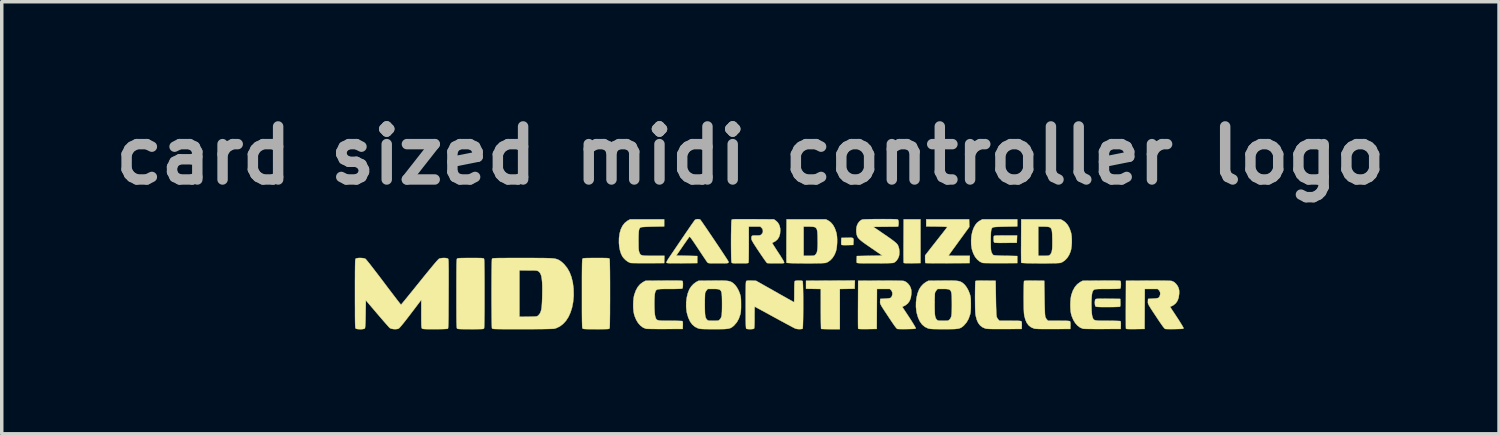
<source format=kicad_pcb>
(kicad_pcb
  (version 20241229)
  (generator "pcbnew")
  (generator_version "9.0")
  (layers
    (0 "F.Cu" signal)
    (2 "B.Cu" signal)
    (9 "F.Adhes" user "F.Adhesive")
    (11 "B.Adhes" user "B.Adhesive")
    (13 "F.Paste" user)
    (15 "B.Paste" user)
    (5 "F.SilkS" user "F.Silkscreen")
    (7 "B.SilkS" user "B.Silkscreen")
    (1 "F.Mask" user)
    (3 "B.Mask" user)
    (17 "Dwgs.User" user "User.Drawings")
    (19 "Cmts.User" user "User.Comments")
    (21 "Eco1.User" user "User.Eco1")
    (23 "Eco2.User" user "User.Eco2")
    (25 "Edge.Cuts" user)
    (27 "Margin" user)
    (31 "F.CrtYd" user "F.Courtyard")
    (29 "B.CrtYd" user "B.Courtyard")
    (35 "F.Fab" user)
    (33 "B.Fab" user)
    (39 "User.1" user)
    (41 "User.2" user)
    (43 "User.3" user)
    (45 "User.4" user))
  (footprint "card sized midi controller logo"
    (layer "F.Cu")
    (at 19.013 5.418)
    (property "Reference" "card sized midi controller logo" (at -0.5 -4 0) (layer "F.Fab") (effects (font (size 1.524 1.524) (thickness 0.3))))
    (attr through_hole)
    (fp_poly (pts (xy 2.405 -1.636) (xy 2.438 -1.63) (xy 2.456 -1.615) (xy 2.463 -1.59) (xy 2.464 -1.552) (xy 2.461 -1.504) (xy 2.457 -1.429) (xy 2.289 -1.425) (xy 2.218 -1.424) (xy 2.168 -1.425) (xy 2.136 -1.428) (xy 2.119 -1.433) (xy 2.114 -1.439) (xy 2.111 -1.46) (xy 2.11 -1.498) (xy 2.111 -1.544) (xy 2.115 -1.632) (xy 2.282 -1.635) (xy 2.355 -1.637) (xy 2.405 -1.636)) (stroke (width 0.01) (type solid)) (fill yes) (layer "F.SilkS"))
    (fp_poly (pts (xy 4.388 -0.908) (xy 4.149 -0.905) (xy 4.061 -0.904) (xy 3.996 -0.904) (xy 3.95 -0.906) (xy 3.922 -0.909) (xy 3.907 -0.914) (xy 3.905 -0.917) (xy 3.904 -0.933) (xy 3.903 -0.971) (xy 3.902 -1.03) (xy 3.901 -1.107) (xy 3.901 -1.199) (xy 3.901 -1.303) (xy 3.901 -1.418) (xy 3.902 -1.541) (xy 3.902 -1.549) (xy 3.905 -2.165) (xy 4.388 -2.165) (xy 4.388 -0.908)) (stroke (width 0.01) (type solid)) (fill yes) (layer "F.SilkS"))
    (fp_poly (pts (xy 2.496 -0.171) (xy 2.07 -0.164) (xy 2.07 0.991) (xy 1.806 0.991) (xy 1.726 0.99) (xy 1.655 0.989) (xy 1.597 0.987) (xy 1.555 0.985) (xy 1.534 0.983) (xy 1.532 0.982) (xy 1.531 0.968) (xy 1.529 0.931) (xy 1.528 0.874) (xy 1.526 0.799) (xy 1.525 0.71) (xy 1.525 0.607) (xy 1.524 0.495) (xy 1.524 0.405) (xy 1.524 -0.164) (xy 1.099 -0.171) (xy 1.099 -0.4) (xy 2.503 -0.407) (xy 2.496 -0.171)) (stroke (width 0.01) (type solid)) (fill yes) (layer "F.SilkS"))
    (fp_poly (pts (xy 7.16 -1.597) (xy 7.156 -1.492) (xy 6.839 -1.489) (xy 6.732 -1.488) (xy 6.649 -1.488) (xy 6.587 -1.49) (xy 6.544 -1.492) (xy 6.517 -1.496) (xy 6.505 -1.501) (xy 6.497 -1.521) (xy 6.492 -1.558) (xy 6.49 -1.602) (xy 6.491 -1.645) (xy 6.496 -1.678) (xy 6.497 -1.682) (xy 6.502 -1.688) (xy 6.514 -1.693) (xy 6.534 -1.696) (xy 6.567 -1.699) (xy 6.615 -1.7) (xy 6.681 -1.701) (xy 6.767 -1.702) (xy 6.834 -1.702) (xy 7.164 -1.702) (xy 7.16 -1.597)) (stroke (width 0.01) (type solid)) (fill yes) (layer "F.SilkS"))
    (fp_poly (pts (xy 9.658 0.116) (xy 9.758 0.117) (xy 9.779 0.117) (xy 10.128 0.121) (xy 10.132 0.228) (xy 10.133 0.287) (xy 10.129 0.324) (xy 10.122 0.343) (xy 10.119 0.345) (xy 10.103 0.348) (xy 10.064 0.35) (xy 10.007 0.352) (xy 9.936 0.354) (xy 9.853 0.355) (xy 9.77 0.355) (xy 9.668 0.355) (xy 9.588 0.355) (xy 9.527 0.353) (xy 9.483 0.351) (xy 9.453 0.348) (xy 9.433 0.344) (xy 9.422 0.339) (xy 9.418 0.336) (xy 9.406 0.311) (xy 9.4 0.27) (xy 9.398 0.222) (xy 9.401 0.177) (xy 9.41 0.143) (xy 9.414 0.136) (xy 9.421 0.129) (xy 9.432 0.124) (xy 9.45 0.121) (xy 9.48 0.118) (xy 9.522 0.117) (xy 9.581 0.116) (xy 9.658 0.116)) (stroke (width 0.01) (type solid)) (fill yes) (layer "F.SilkS"))
    (fp_poly (pts (xy 5.788 -2.057) (xy 5.792 -1.949) (xy 5.493 -1.539) (xy 5.428 -1.449) (xy 5.368 -1.366) (xy 5.314 -1.292) (xy 5.268 -1.228) (xy 5.232 -1.178) (xy 5.207 -1.143) (xy 5.195 -1.125) (xy 5.194 -1.123) (xy 5.206 -1.122) (xy 5.24 -1.12) (xy 5.293 -1.119) (xy 5.361 -1.118) (xy 5.44 -1.118) (xy 5.5 -1.118) (xy 5.805 -1.118) (xy 5.801 -1.013) (xy 5.798 -0.908) (xy 5.168 -0.905) (xy 5.044 -0.904) (xy 4.928 -0.904) (xy 4.821 -0.904) (xy 4.728 -0.905) (xy 4.65 -0.906) (xy 4.589 -0.907) (xy 4.548 -0.908) (xy 4.53 -0.91) (xy 4.53 -0.91) (xy 4.526 -0.926) (xy 4.523 -0.961) (xy 4.521 -1.008) (xy 4.521 -1.023) (xy 4.521 -1.128) (xy 4.653 -1.298) (xy 4.702 -1.361) (xy 4.762 -1.437) (xy 4.829 -1.522) (xy 4.896 -1.608) (xy 4.96 -1.689) (xy 4.97 -1.702) (xy 5.023 -1.768) (xy 5.069 -1.828) (xy 5.108 -1.879) (xy 5.137 -1.917) (xy 5.153 -1.941) (xy 5.156 -1.946) (xy 5.144 -1.949) (xy 5.11 -1.951) (xy 5.058 -1.954) (xy 4.99 -1.956) (xy 4.911 -1.958) (xy 4.855 -1.959) (xy 4.553 -1.962) (xy 4.553 -2.165) (xy 5.785 -2.165) (xy 5.788 -2.057)) (stroke (width 0.01) (type solid)) (fill yes) (layer "F.SilkS"))
    (fp_poly (pts (xy 6.262 -0.403) (xy 6.547 -0.4) (xy 6.555 0.095) (xy 6.557 0.237) (xy 6.56 0.36) (xy 6.564 0.462) (xy 6.567 0.542) (xy 6.572 0.599) (xy 6.576 0.632) (xy 6.577 0.637) (xy 6.597 0.678) (xy 6.624 0.715) (xy 6.625 0.716) (xy 6.658 0.749) (xy 6.966 0.749) (xy 7.066 0.75) (xy 7.144 0.75) (xy 7.201 0.752) (xy 7.242 0.755) (xy 7.269 0.758) (xy 7.284 0.763) (xy 7.289 0.767) (xy 7.297 0.791) (xy 7.3 0.836) (xy 7.3 0.885) (xy 7.296 0.984) (xy 6.801 0.987) (xy 6.665 0.987) (xy 6.553 0.987) (xy 6.462 0.986) (xy 6.39 0.985) (xy 6.334 0.982) (xy 6.294 0.979) (xy 6.266 0.976) (xy 6.253 0.972) (xy 6.169 0.936) (xy 6.101 0.883) (xy 6.047 0.812) (xy 6.006 0.721) (xy 5.976 0.608) (xy 5.975 0.602) (xy 5.969 0.566) (xy 5.965 0.521) (xy 5.962 0.462) (xy 5.959 0.389) (xy 5.958 0.297) (xy 5.957 0.186) (xy 5.956 0.066) (xy 5.957 -0.038) (xy 5.958 -0.134) (xy 5.959 -0.219) (xy 5.961 -0.291) (xy 5.963 -0.345) (xy 5.965 -0.379) (xy 5.967 -0.391) (xy 5.976 -0.396) (xy 5.998 -0.4) (xy 6.035 -0.403) (xy 6.09 -0.404) (xy 6.165 -0.404) (xy 6.262 -0.403)) (stroke (width 0.01) (type solid)) (fill yes) (layer "F.SilkS"))
    (fp_poly (pts (xy 7.659 -0.403) (xy 7.944 -0.4) (xy 7.952 0.095) (xy 7.954 0.237) (xy 7.957 0.36) (xy 7.961 0.462) (xy 7.964 0.542) (xy 7.969 0.599) (xy 7.973 0.632) (xy 7.974 0.637) (xy 7.994 0.678) (xy 8.021 0.715) (xy 8.022 0.716) (xy 8.055 0.749) (xy 8.363 0.749) (xy 8.463 0.75) (xy 8.541 0.75) (xy 8.598 0.752) (xy 8.639 0.755) (xy 8.666 0.758) (xy 8.681 0.763) (xy 8.686 0.767) (xy 8.694 0.791) (xy 8.697 0.836) (xy 8.697 0.885) (xy 8.693 0.984) (xy 8.198 0.987) (xy 8.062 0.987) (xy 7.95 0.987) (xy 7.859 0.986) (xy 7.787 0.985) (xy 7.731 0.982) (xy 7.691 0.979) (xy 7.663 0.976) (xy 7.65 0.972) (xy 7.566 0.936) (xy 7.498 0.883) (xy 7.444 0.812) (xy 7.403 0.721) (xy 7.373 0.608) (xy 7.372 0.602) (xy 7.366 0.566) (xy 7.362 0.521) (xy 7.359 0.462) (xy 7.356 0.389) (xy 7.355 0.297) (xy 7.354 0.186) (xy 7.353 0.066) (xy 7.354 -0.038) (xy 7.355 -0.134) (xy 7.356 -0.219) (xy 7.358 -0.291) (xy 7.36 -0.345) (xy 7.362 -0.379) (xy 7.364 -0.391) (xy 7.373 -0.396) (xy 7.395 -0.4) (xy 7.432 -0.403) (xy 7.487 -0.404) (xy 7.562 -0.404) (xy 7.659 -0.403)) (stroke (width 0.01) (type solid)) (fill yes) (layer "F.SilkS"))
    (fp_poly (pts (xy 7.169 -1.962) (xy 6.833 -1.956) (xy 6.713 -1.953) (xy 6.617 -1.95) (xy 6.546 -1.946) (xy 6.497 -1.941) (xy 6.472 -1.935) (xy 6.469 -1.934) (xy 6.45 -1.92) (xy 6.436 -1.902) (xy 6.425 -1.875) (xy 6.417 -1.837) (xy 6.412 -1.785) (xy 6.409 -1.716) (xy 6.407 -1.627) (xy 6.407 -1.556) (xy 6.407 -1.461) (xy 6.408 -1.388) (xy 6.41 -1.332) (xy 6.413 -1.291) (xy 6.418 -1.259) (xy 6.424 -1.234) (xy 6.43 -1.216) (xy 6.449 -1.177) (xy 6.471 -1.148) (xy 6.481 -1.14) (xy 6.502 -1.134) (xy 6.543 -1.129) (xy 6.606 -1.125) (xy 6.692 -1.121) (xy 6.801 -1.118) (xy 6.839 -1.118) (xy 7.169 -1.111) (xy 7.169 -0.908) (xy 6.687 -0.906) (xy 6.577 -0.906) (xy 6.475 -0.906) (xy 6.382 -0.907) (xy 6.303 -0.908) (xy 6.24 -0.909) (xy 6.195 -0.911) (xy 6.173 -0.913) (xy 6.172 -0.913) (xy 6.091 -0.951) (xy 6.019 -1.011) (xy 5.956 -1.09) (xy 5.905 -1.187) (xy 5.868 -1.298) (xy 5.861 -1.328) (xy 5.845 -1.443) (xy 5.843 -1.566) (xy 5.853 -1.689) (xy 5.876 -1.805) (xy 5.911 -1.906) (xy 5.919 -1.924) (xy 5.964 -2.005) (xy 6.013 -2.066) (xy 6.073 -2.113) (xy 6.098 -2.128) (xy 6.166 -2.165) (xy 7.169 -2.165) (xy 7.169 -1.962)) (stroke (width 0.01) (type solid)) (fill yes) (layer "F.SilkS"))
    (fp_poly (pts (xy -2.978 -1.962) (xy -3.302 -1.956) (xy -3.421 -1.953) (xy -3.514 -1.949) (xy -3.584 -1.945) (xy -3.63 -1.94) (xy -3.652 -1.934) (xy -3.653 -1.934) (xy -3.672 -1.92) (xy -3.686 -1.902) (xy -3.697 -1.875) (xy -3.705 -1.837) (xy -3.71 -1.785) (xy -3.713 -1.716) (xy -3.715 -1.627) (xy -3.715 -1.556) (xy -3.714 -1.461) (xy -3.714 -1.388) (xy -3.712 -1.332) (xy -3.709 -1.291) (xy -3.704 -1.259) (xy -3.698 -1.234) (xy -3.691 -1.216) (xy -3.68 -1.187) (xy -3.667 -1.165) (xy -3.65 -1.148) (xy -3.627 -1.136) (xy -3.593 -1.127) (xy -3.547 -1.122) (xy -3.484 -1.119) (xy -3.403 -1.118) (xy -3.299 -1.118) (xy -3.283 -1.118) (xy -2.971 -1.118) (xy -2.974 -1.013) (xy -2.978 -0.908) (xy -3.448 -0.906) (xy -3.556 -0.906) (xy -3.657 -0.906) (xy -3.748 -0.907) (xy -3.826 -0.908) (xy -3.887 -0.909) (xy -3.93 -0.911) (xy -3.95 -0.913) (xy -3.95 -0.913) (xy -4.019 -0.946) (xy -4.088 -0.997) (xy -4.15 -1.061) (xy -4.182 -1.107) (xy -4.219 -1.184) (xy -4.248 -1.278) (xy -4.268 -1.386) (xy -4.277 -1.487) (xy -4.275 -1.63) (xy -4.257 -1.761) (xy -4.224 -1.877) (xy -4.176 -1.976) (xy -4.115 -2.057) (xy -4.04 -2.118) (xy -4.025 -2.127) (xy -3.956 -2.165) (xy -2.978 -2.165) (xy -2.978 -1.962)) (stroke (width 0.01) (type solid)) (fill yes) (layer "F.SilkS"))
    (fp_poly (pts (xy 1.731 -2.134) (xy 1.807 -2.081) (xy 1.872 -2.007) (xy 1.925 -1.912) (xy 1.965 -1.799) (xy 1.976 -1.756) (xy 1.988 -1.679) (xy 1.993 -1.588) (xy 1.992 -1.49) (xy 1.985 -1.394) (xy 1.973 -1.307) (xy 1.957 -1.243) (xy 1.915 -1.142) (xy 1.86 -1.056) (xy 1.793 -0.986) (xy 1.719 -0.936) (xy 1.664 -0.914) (xy 1.639 -0.911) (xy 1.593 -0.908) (xy 1.53 -0.905) (xy 1.453 -0.904) (xy 1.364 -0.902) (xy 1.267 -0.901) (xy 1.164 -0.901) (xy 1.061 -0.901) (xy 0.958 -0.902) (xy 0.86 -0.903) (xy 0.769 -0.904) (xy 0.689 -0.906) (xy 0.623 -0.909) (xy 0.574 -0.912) (xy 0.546 -0.915) (xy 0.539 -0.918) (xy 0.538 -0.933) (xy 0.537 -0.971) (xy 0.536 -1.03) (xy 0.536 -1.107) (xy 0.536 -1.199) (xy 0.536 -1.303) (xy 0.536 -1.418) (xy 0.536 -1.541) (xy 0.536 -1.549) (xy 0.539 -1.956) (xy 1.029 -1.956) (xy 1.029 -1.118) (xy 1.182 -1.118) (xy 1.247 -1.118) (xy 1.291 -1.119) (xy 1.321 -1.122) (xy 1.341 -1.129) (xy 1.356 -1.139) (xy 1.371 -1.153) (xy 1.392 -1.179) (xy 1.408 -1.211) (xy 1.419 -1.252) (xy 1.427 -1.307) (xy 1.432 -1.378) (xy 1.434 -1.467) (xy 1.433 -1.578) (xy 1.433 -1.591) (xy 1.431 -1.697) (xy 1.427 -1.78) (xy 1.419 -1.843) (xy 1.405 -1.889) (xy 1.384 -1.92) (xy 1.354 -1.94) (xy 1.311 -1.95) (xy 1.256 -1.955) (xy 1.184 -1.956) (xy 1.174 -1.956) (xy 1.029 -1.956) (xy 0.539 -1.956) (xy 0.54 -2.165) (xy 1.67 -2.165) (xy 1.731 -2.134)) (stroke (width 0.01) (type solid)) (fill yes) (layer "F.SilkS"))
    (fp_poly (pts (xy 8.475 -2.134) (xy 8.551 -2.081) (xy 8.616 -2.007) (xy 8.669 -1.912) (xy 8.709 -1.799) (xy 8.72 -1.756) (xy 8.731 -1.679) (xy 8.736 -1.588) (xy 8.736 -1.49) (xy 8.729 -1.394) (xy 8.717 -1.307) (xy 8.701 -1.243) (xy 8.659 -1.142) (xy 8.604 -1.056) (xy 8.537 -0.986) (xy 8.463 -0.936) (xy 8.408 -0.914) (xy 8.383 -0.911) (xy 8.337 -0.908) (xy 8.274 -0.905) (xy 8.196 -0.904) (xy 8.107 -0.902) (xy 8.01 -0.901) (xy 7.908 -0.901) (xy 7.804 -0.901) (xy 7.702 -0.902) (xy 7.603 -0.903) (xy 7.513 -0.904) (xy 7.433 -0.906) (xy 7.367 -0.909) (xy 7.318 -0.912) (xy 7.289 -0.915) (xy 7.283 -0.918) (xy 7.282 -0.933) (xy 7.281 -0.971) (xy 7.28 -1.03) (xy 7.28 -1.107) (xy 7.279 -1.199) (xy 7.279 -1.303) (xy 7.28 -1.418) (xy 7.28 -1.541) (xy 7.28 -1.549) (xy 7.282 -1.956) (xy 7.772 -1.956) (xy 7.772 -1.118) (xy 7.926 -1.118) (xy 7.991 -1.118) (xy 8.035 -1.119) (xy 8.065 -1.122) (xy 8.085 -1.129) (xy 8.1 -1.139) (xy 8.115 -1.153) (xy 8.135 -1.179) (xy 8.151 -1.211) (xy 8.163 -1.252) (xy 8.171 -1.307) (xy 8.176 -1.378) (xy 8.177 -1.467) (xy 8.177 -1.578) (xy 8.177 -1.591) (xy 8.174 -1.697) (xy 8.17 -1.78) (xy 8.163 -1.843) (xy 8.149 -1.889) (xy 8.128 -1.92) (xy 8.097 -1.94) (xy 8.055 -1.95) (xy 7.999 -1.955) (xy 7.928 -1.956) (xy 7.918 -1.956) (xy 7.772 -1.956) (xy 7.282 -1.956) (xy 7.283 -2.165) (xy 8.414 -2.165) (xy 8.475 -2.134)) (stroke (width 0.01) (type solid)) (fill yes) (layer "F.SilkS"))
    (fp_poly (pts (xy -8.432 -1.054) (xy -8.348 -1.054) (xy -8.283 -1.053) (xy -8.235 -1.052) (xy -8.202 -1.049) (xy -8.18 -1.046) (xy -8.166 -1.042) (xy -8.158 -1.036) (xy -8.154 -1.03) (xy -8.151 -1.011) (xy -8.148 -0.968) (xy -8.146 -0.899) (xy -8.145 -0.804) (xy -8.143 -0.685) (xy -8.142 -0.541) (xy -8.141 -0.371) (xy -8.141 -0.177) (xy -8.141 -0.032) (xy -8.141 0.179) (xy -8.141 0.366) (xy -8.142 0.527) (xy -8.144 0.663) (xy -8.145 0.774) (xy -8.147 0.86) (xy -8.149 0.921) (xy -8.152 0.956) (xy -8.154 0.966) (xy -8.159 0.973) (xy -8.167 0.979) (xy -8.181 0.983) (xy -8.204 0.986) (xy -8.238 0.988) (xy -8.287 0.989) (xy -8.353 0.99) (xy -8.439 0.991) (xy -8.54 0.991) (xy -8.648 0.99) (xy -8.734 0.99) (xy -8.799 0.989) (xy -8.848 0.987) (xy -8.883 0.985) (xy -8.906 0.981) (xy -8.92 0.977) (xy -8.928 0.971) (xy -8.93 0.97) (xy -8.933 0.962) (xy -8.936 0.947) (xy -8.938 0.922) (xy -8.94 0.887) (xy -8.942 0.839) (xy -8.944 0.778) (xy -8.945 0.7) (xy -8.946 0.606) (xy -8.946 0.493) (xy -8.947 0.36) (xy -8.947 0.205) (xy -8.947 0.027) (xy -8.947 -0.032) (xy -8.947 -0.217) (xy -8.947 -0.379) (xy -8.946 -0.519) (xy -8.946 -0.638) (xy -8.945 -0.737) (xy -8.944 -0.82) (xy -8.943 -0.886) (xy -8.941 -0.937) (xy -8.939 -0.976) (xy -8.937 -1.004) (xy -8.934 -1.022) (xy -8.931 -1.032) (xy -8.93 -1.033) (xy -8.922 -1.039) (xy -8.91 -1.044) (xy -8.889 -1.048) (xy -8.858 -1.05) (xy -8.813 -1.052) (xy -8.751 -1.053) (xy -8.671 -1.054) (xy -8.568 -1.054) (xy -8.54 -1.054) (xy -8.432 -1.054)) (stroke (width 0.01) (type solid)) (fill yes) (layer "F.SilkS"))
    (fp_poly (pts (xy -4.826 -1.054) (xy -4.741 -1.054) (xy -4.676 -1.053) (xy -4.629 -1.052) (xy -4.595 -1.049) (xy -4.573 -1.046) (xy -4.559 -1.042) (xy -4.552 -1.036) (xy -4.547 -1.03) (xy -4.544 -1.011) (xy -4.542 -0.968) (xy -4.54 -0.899) (xy -4.538 -0.804) (xy -4.536 -0.685) (xy -4.535 -0.541) (xy -4.534 -0.371) (xy -4.534 -0.177) (xy -4.534 -0.032) (xy -4.534 0.179) (xy -4.535 0.366) (xy -4.535 0.527) (xy -4.537 0.663) (xy -4.538 0.774) (xy -4.54 0.86) (xy -4.542 0.921) (xy -4.545 0.956) (xy -4.547 0.966) (xy -4.552 0.973) (xy -4.56 0.979) (xy -4.574 0.983) (xy -4.597 0.986) (xy -4.631 0.988) (xy -4.68 0.989) (xy -4.746 0.99) (xy -4.832 0.991) (xy -4.933 0.991) (xy -5.041 0.99) (xy -5.127 0.99) (xy -5.193 0.989) (xy -5.241 0.987) (xy -5.276 0.985) (xy -5.299 0.981) (xy -5.313 0.977) (xy -5.321 0.971) (xy -5.323 0.97) (xy -5.326 0.962) (xy -5.329 0.947) (xy -5.332 0.922) (xy -5.334 0.887) (xy -5.335 0.839) (xy -5.337 0.778) (xy -5.338 0.7) (xy -5.339 0.606) (xy -5.34 0.493) (xy -5.34 0.36) (xy -5.34 0.205) (xy -5.34 0.027) (xy -5.34 -0.032) (xy -5.34 -0.217) (xy -5.34 -0.379) (xy -5.34 -0.519) (xy -5.339 -0.638) (xy -5.338 -0.737) (xy -5.337 -0.82) (xy -5.336 -0.886) (xy -5.334 -0.937) (xy -5.332 -0.976) (xy -5.33 -1.004) (xy -5.327 -1.022) (xy -5.324 -1.032) (xy -5.323 -1.033) (xy -5.316 -1.039) (xy -5.303 -1.044) (xy -5.282 -1.048) (xy -5.251 -1.05) (xy -5.206 -1.052) (xy -5.145 -1.053) (xy -5.064 -1.054) (xy -4.961 -1.054) (xy -4.933 -1.054) (xy -4.826 -1.054)) (stroke (width 0.01) (type solid)) (fill yes) (layer "F.SilkS"))
    (fp_poly (pts (xy 3.371 -2.172) (xy 3.472 -2.171) (xy 3.553 -2.171) (xy 3.615 -2.17) (xy 3.662 -2.169) (xy 3.695 -2.166) (xy 3.718 -2.164) (xy 3.732 -2.16) (xy 3.74 -2.155) (xy 3.745 -2.149) (xy 3.746 -2.147) (xy 3.755 -2.116) (xy 3.759 -2.071) (xy 3.757 -2.022) (xy 3.751 -1.985) (xy 3.744 -1.956) (xy 3.388 -1.953) (xy 3.033 -1.949) (xy 3.33 -1.746) (xy 3.431 -1.677) (xy 3.514 -1.619) (xy 3.58 -1.571) (xy 3.631 -1.532) (xy 3.67 -1.5) (xy 3.7 -1.473) (xy 3.721 -1.449) (xy 3.736 -1.426) (xy 3.748 -1.402) (xy 3.749 -1.4) (xy 3.772 -1.325) (xy 3.782 -1.239) (xy 3.778 -1.153) (xy 3.767 -1.101) (xy 3.738 -1.033) (xy 3.697 -0.975) (xy 3.649 -0.933) (xy 3.609 -0.915) (xy 3.584 -0.911) (xy 3.536 -0.909) (xy 3.467 -0.906) (xy 3.38 -0.904) (xy 3.276 -0.903) (xy 3.158 -0.902) (xy 3.063 -0.902) (xy 2.934 -0.902) (xy 2.828 -0.902) (xy 2.743 -0.903) (xy 2.677 -0.905) (xy 2.628 -0.906) (xy 2.593 -0.909) (xy 2.572 -0.912) (xy 2.561 -0.916) (xy 2.558 -0.919) (xy 2.555 -0.94) (xy 2.554 -0.977) (xy 2.555 -1.024) (xy 2.559 -1.111) (xy 2.925 -1.118) (xy 3.291 -1.124) (xy 2.982 -1.336) (xy 2.882 -1.405) (xy 2.8 -1.462) (xy 2.735 -1.509) (xy 2.684 -1.549) (xy 2.646 -1.581) (xy 2.617 -1.61) (xy 2.595 -1.636) (xy 2.579 -1.662) (xy 2.572 -1.675) (xy 2.554 -1.729) (xy 2.544 -1.798) (xy 2.543 -1.872) (xy 2.551 -1.943) (xy 2.558 -1.973) (xy 2.586 -2.04) (xy 2.627 -2.098) (xy 2.676 -2.14) (xy 2.716 -2.159) (xy 2.741 -2.162) (xy 2.788 -2.165) (xy 2.857 -2.167) (xy 2.944 -2.169) (xy 3.047 -2.171) (xy 3.164 -2.171) (xy 3.248 -2.172) (xy 3.371 -2.172)) (stroke (width 0.01) (type solid)) (fill yes) (layer "F.SilkS"))
    (fp_poly (pts (xy -2.651 -0.405) (xy -2.581 -0.404) (xy -2.528 -0.403) (xy -2.49 -0.4) (xy -2.466 -0.398) (xy -2.453 -0.394) (xy -2.449 -0.391) (xy -2.443 -0.368) (xy -2.439 -0.328) (xy -2.439 -0.282) (xy -2.441 -0.236) (xy -2.446 -0.199) (xy -2.454 -0.18) (xy -2.467 -0.175) (xy -2.496 -0.171) (xy -2.543 -0.169) (xy -2.61 -0.167) (xy -2.699 -0.165) (xy -2.811 -0.165) (xy -2.814 -0.165) (xy -2.924 -0.165) (xy -3.012 -0.164) (xy -3.08 -0.162) (xy -3.131 -0.157) (xy -3.168 -0.15) (xy -3.194 -0.139) (xy -3.212 -0.124) (xy -3.224 -0.103) (xy -3.233 -0.076) (xy -3.24 -0.054) (xy -3.248 -0.013) (xy -3.253 0.049) (xy -3.257 0.125) (xy -3.259 0.211) (xy -3.259 0.301) (xy -3.257 0.391) (xy -3.253 0.474) (xy -3.248 0.546) (xy -3.24 0.601) (xy -3.235 0.625) (xy -3.224 0.66) (xy -3.213 0.688) (xy -3.199 0.709) (xy -3.179 0.725) (xy -3.15 0.736) (xy -3.109 0.743) (xy -3.054 0.747) (xy -2.981 0.749) (xy -2.888 0.749) (xy -2.808 0.749) (xy -2.717 0.75) (xy -2.635 0.751) (xy -2.563 0.753) (xy -2.507 0.755) (xy -2.469 0.757) (xy -2.454 0.76) (xy -2.445 0.775) (xy -2.441 0.807) (xy -2.441 0.861) (xy -2.441 0.877) (xy -2.445 0.984) (xy -2.953 0.986) (xy -3.065 0.986) (xy -3.172 0.986) (xy -3.268 0.985) (xy -3.352 0.984) (xy -3.42 0.983) (xy -3.469 0.981) (xy -3.497 0.979) (xy -3.501 0.978) (xy -3.582 0.946) (xy -3.657 0.891) (xy -3.724 0.816) (xy -3.781 0.723) (xy -3.826 0.614) (xy -3.844 0.551) (xy -3.858 0.473) (xy -3.866 0.379) (xy -3.867 0.278) (xy -3.863 0.177) (xy -3.853 0.084) (xy -3.838 0.009) (xy -3.794 -0.115) (xy -3.738 -0.218) (xy -3.67 -0.298) (xy -3.59 -0.359) (xy -3.576 -0.366) (xy -3.512 -0.4) (xy -2.986 -0.404) (xy -2.851 -0.405) (xy -2.741 -0.405) (xy -2.651 -0.405)) (stroke (width 0.01) (type solid)) (fill yes) (layer "F.SilkS"))
    (fp_poly (pts (xy 9.927 -0.405) (xy 9.999 -0.404) (xy 10.053 -0.403) (xy 10.092 -0.401) (xy 10.118 -0.398) (xy 10.132 -0.394) (xy 10.136 -0.391) (xy 10.143 -0.368) (xy 10.146 -0.328) (xy 10.147 -0.282) (xy 10.144 -0.236) (xy 10.139 -0.199) (xy 10.132 -0.18) (xy 10.119 -0.175) (xy 10.09 -0.172) (xy 10.044 -0.169) (xy 9.978 -0.167) (xy 9.89 -0.166) (xy 9.779 -0.165) (xy 9.76 -0.165) (xy 9.65 -0.165) (xy 9.562 -0.164) (xy 9.493 -0.163) (xy 9.442 -0.159) (xy 9.404 -0.153) (xy 9.378 -0.144) (xy 9.359 -0.131) (xy 9.346 -0.113) (xy 9.335 -0.091) (xy 9.326 -0.067) (xy 9.317 -0.028) (xy 9.31 0.03) (xy 9.305 0.104) (xy 9.301 0.189) (xy 9.3 0.278) (xy 9.302 0.368) (xy 9.305 0.453) (xy 9.31 0.528) (xy 9.317 0.589) (xy 9.325 0.625) (xy 9.336 0.659) (xy 9.347 0.687) (xy 9.361 0.708) (xy 9.38 0.724) (xy 9.408 0.735) (xy 9.448 0.742) (xy 9.501 0.747) (xy 9.572 0.749) (xy 9.663 0.749) (xy 9.765 0.749) (xy 9.857 0.75) (xy 9.942 0.751) (xy 10.015 0.753) (xy 10.073 0.755) (xy 10.113 0.757) (xy 10.132 0.76) (xy 10.132 0.76) (xy 10.141 0.775) (xy 10.145 0.807) (xy 10.145 0.861) (xy 10.145 0.877) (xy 10.141 0.984) (xy 9.62 0.986) (xy 9.506 0.986) (xy 9.399 0.986) (xy 9.301 0.985) (xy 9.216 0.984) (xy 9.146 0.983) (xy 9.094 0.981) (xy 9.064 0.979) (xy 9.059 0.978) (xy 8.978 0.946) (xy 8.903 0.891) (xy 8.836 0.816) (xy 8.779 0.723) (xy 8.734 0.614) (xy 8.716 0.551) (xy 8.703 0.477) (xy 8.696 0.385) (xy 8.694 0.286) (xy 8.698 0.186) (xy 8.707 0.093) (xy 8.721 0.016) (xy 8.722 0.011) (xy 8.766 -0.114) (xy 8.823 -0.218) (xy 8.893 -0.3) (xy 8.976 -0.361) (xy 8.985 -0.366) (xy 9.049 -0.4) (xy 9.587 -0.404) (xy 9.723 -0.405) (xy 9.836 -0.405) (xy 9.927 -0.405)) (stroke (width 0.01) (type solid)) (fill yes) (layer "F.SilkS"))
    (fp_poly (pts (xy 3.552 -0.404) (xy 3.675 -0.403) (xy 3.773 -0.401) (xy 3.846 -0.399) (xy 3.894 -0.396) (xy 3.914 -0.393) (xy 3.973 -0.366) (xy 4.029 -0.319) (xy 4.075 -0.26) (xy 4.103 -0.205) (xy 4.117 -0.161) (xy 4.125 -0.118) (xy 4.126 -0.067) (xy 4.125 -0.025) (xy 4.11 0.084) (xy 4.077 0.175) (xy 4.026 0.249) (xy 3.957 0.304) (xy 3.923 0.322) (xy 3.864 0.349) (xy 4.06 0.646) (xy 4.111 0.724) (xy 4.156 0.796) (xy 4.195 0.859) (xy 4.225 0.909) (xy 4.244 0.945) (xy 4.252 0.963) (xy 4.252 0.964) (xy 4.248 0.971) (xy 4.236 0.976) (xy 4.215 0.98) (xy 4.179 0.983) (xy 4.127 0.985) (xy 4.054 0.987) (xy 4 0.988) (xy 3.922 0.989) (xy 3.85 0.989) (xy 3.791 0.988) (xy 3.747 0.986) (xy 3.724 0.984) (xy 3.724 0.984) (xy 3.709 0.974) (xy 3.686 0.949) (xy 3.654 0.908) (xy 3.611 0.848) (xy 3.557 0.769) (xy 3.491 0.67) (xy 3.491 0.67) (xy 3.423 0.567) (xy 3.367 0.483) (xy 3.323 0.416) (xy 3.289 0.363) (xy 3.264 0.321) (xy 3.247 0.289) (xy 3.236 0.264) (xy 3.23 0.244) (xy 3.227 0.227) (xy 3.227 0.209) (xy 3.228 0.189) (xy 3.228 0.188) (xy 3.232 0.121) (xy 3.365 0.113) (xy 3.435 0.109) (xy 3.484 0.103) (xy 3.517 0.095) (xy 3.539 0.083) (xy 3.554 0.065) (xy 3.563 0.05) (xy 3.581 -0.008) (xy 3.578 -0.065) (xy 3.556 -0.115) (xy 3.544 -0.128) (xy 3.507 -0.165) (xy 3.137 -0.165) (xy 3.131 0.984) (xy 2.867 0.988) (xy 2.774 0.989) (xy 2.703 0.988) (xy 2.653 0.987) (xy 2.62 0.984) (xy 2.602 0.98) (xy 2.597 0.975) (xy 2.596 0.96) (xy 2.595 0.921) (xy 2.594 0.862) (xy 2.593 0.785) (xy 2.593 0.692) (xy 2.593 0.585) (xy 2.593 0.468) (xy 2.594 0.342) (xy 2.594 0.279) (xy 2.597 -0.4) (xy 3.23 -0.403) (xy 3.404 -0.404) (xy 3.552 -0.404)) (stroke (width 0.01) (type solid)) (fill yes) (layer "F.SilkS"))
    (fp_poly (pts (xy 11.248 -0.404) (xy 11.371 -0.403) (xy 11.47 -0.401) (xy 11.543 -0.399) (xy 11.59 -0.396) (xy 11.61 -0.393) (xy 11.669 -0.366) (xy 11.725 -0.319) (xy 11.771 -0.26) (xy 11.799 -0.205) (xy 11.813 -0.161) (xy 11.821 -0.118) (xy 11.822 -0.067) (xy 11.821 -0.025) (xy 11.806 0.084) (xy 11.773 0.175) (xy 11.722 0.249) (xy 11.653 0.304) (xy 11.619 0.322) (xy 11.56 0.349) (xy 11.756 0.646) (xy 11.807 0.724) (xy 11.852 0.796) (xy 11.891 0.859) (xy 11.921 0.909) (xy 11.941 0.945) (xy 11.948 0.963) (xy 11.948 0.964) (xy 11.944 0.971) (xy 11.933 0.976) (xy 11.911 0.98) (xy 11.875 0.983) (xy 11.823 0.985) (xy 11.75 0.987) (xy 11.697 0.988) (xy 11.618 0.989) (xy 11.547 0.989) (xy 11.487 0.988) (xy 11.443 0.986) (xy 11.421 0.984) (xy 11.42 0.984) (xy 11.406 0.974) (xy 11.383 0.949) (xy 11.35 0.908) (xy 11.308 0.848) (xy 11.253 0.769) (xy 11.187 0.67) (xy 11.187 0.67) (xy 11.119 0.567) (xy 11.063 0.483) (xy 11.019 0.416) (xy 10.986 0.363) (xy 10.961 0.321) (xy 10.943 0.289) (xy 10.932 0.264) (xy 10.926 0.244) (xy 10.923 0.227) (xy 10.923 0.209) (xy 10.924 0.189) (xy 10.924 0.188) (xy 10.928 0.121) (xy 11.062 0.113) (xy 11.131 0.109) (xy 11.18 0.103) (xy 11.213 0.095) (xy 11.235 0.083) (xy 11.25 0.065) (xy 11.259 0.05) (xy 11.277 -0.008) (xy 11.275 -0.065) (xy 11.252 -0.115) (xy 11.24 -0.128) (xy 11.203 -0.165) (xy 10.833 -0.165) (xy 10.827 0.984) (xy 10.563 0.988) (xy 10.47 0.989) (xy 10.4 0.988) (xy 10.349 0.987) (xy 10.317 0.984) (xy 10.298 0.98) (xy 10.293 0.975) (xy 10.292 0.96) (xy 10.291 0.921) (xy 10.29 0.862) (xy 10.29 0.785) (xy 10.289 0.692) (xy 10.289 0.585) (xy 10.289 0.468) (xy 10.29 0.342) (xy 10.29 0.279) (xy 10.293 -0.4) (xy 10.927 -0.403) (xy 11.1 -0.404) (xy 11.248 -0.404)) (stroke (width 0.01) (type solid)) (fill yes) (layer "F.SilkS"))
    (fp_poly (pts (xy -1.977 -2.169) (xy -1.943 -2.158) (xy -1.94 -2.156) (xy -1.929 -2.142) (xy -1.906 -2.11) (xy -1.872 -2.062) (xy -1.829 -1.999) (xy -1.778 -1.925) (xy -1.721 -1.842) (xy -1.66 -1.751) (xy -1.595 -1.655) (xy -1.529 -1.557) (xy -1.463 -1.459) (xy -1.399 -1.364) (xy -1.338 -1.272) (xy -1.282 -1.188) (xy -1.233 -1.113) (xy -1.191 -1.049) (xy -1.159 -0.999) (xy -1.138 -0.965) (xy -1.129 -0.95) (xy -1.129 -0.949) (xy -1.128 -0.934) (xy -1.13 -0.923) (xy -1.139 -0.914) (xy -1.157 -0.908) (xy -1.187 -0.905) (xy -1.233 -0.903) (xy -1.297 -0.902) (xy -1.383 -0.902) (xy -1.42 -0.902) (xy -1.513 -0.902) (xy -1.584 -0.902) (xy -1.637 -0.903) (xy -1.674 -0.905) (xy -1.699 -0.909) (xy -1.715 -0.913) (xy -1.726 -0.92) (xy -1.735 -0.929) (xy -1.736 -0.93) (xy -1.749 -0.947) (xy -1.774 -0.983) (xy -1.809 -1.035) (xy -1.853 -1.1) (xy -1.903 -1.175) (xy -1.958 -1.258) (xy -1.999 -1.32) (xy -2.064 -1.418) (xy -2.117 -1.497) (xy -2.159 -1.558) (xy -2.191 -1.603) (xy -2.215 -1.635) (xy -2.232 -1.654) (xy -2.244 -1.663) (xy -2.251 -1.664) (xy -2.254 -1.663) (xy -2.266 -1.647) (xy -2.29 -1.614) (xy -2.323 -1.567) (xy -2.365 -1.507) (xy -2.413 -1.439) (xy -2.45 -1.384) (xy -2.63 -1.124) (xy -2.328 -1.118) (xy -2.026 -1.111) (xy -2.026 -0.908) (xy -2.466 -0.905) (xy -2.584 -0.904) (xy -2.68 -0.904) (xy -2.755 -0.904) (xy -2.812 -0.905) (xy -2.854 -0.906) (xy -2.882 -0.909) (xy -2.9 -0.912) (xy -2.91 -0.916) (xy -2.913 -0.921) (xy -2.909 -0.94) (xy -2.891 -0.976) (xy -2.861 -1.027) (xy -2.828 -1.077) (xy -2.8 -1.117) (xy -2.761 -1.175) (xy -2.711 -1.248) (xy -2.653 -1.334) (xy -2.59 -1.427) (xy -2.522 -1.527) (xy -2.453 -1.629) (xy -2.425 -1.67) (xy -2.36 -1.766) (xy -2.297 -1.857) (xy -2.241 -1.94) (xy -2.191 -2.012) (xy -2.149 -2.071) (xy -2.118 -2.115) (xy -2.098 -2.142) (xy -2.093 -2.149) (xy -2.063 -2.164) (xy -2.021 -2.171) (xy -1.977 -2.169)) (stroke (width 0.01) (type solid)) (fill yes) (layer "F.SilkS"))
    (fp_poly (pts (xy 0.932 -0.405) (xy 0.973 -0.401) (xy 0.998 -0.393) (xy 1.001 -0.391) (xy 1.004 -0.375) (xy 1.007 -0.337) (xy 1.01 -0.279) (xy 1.012 -0.204) (xy 1.014 -0.115) (xy 1.016 -0.016) (xy 1.017 0.092) (xy 1.017 0.204) (xy 1.017 0.319) (xy 1.017 0.433) (xy 1.016 0.544) (xy 1.015 0.648) (xy 1.013 0.743) (xy 1.011 0.825) (xy 1.009 0.892) (xy 1.006 0.942) (xy 1.003 0.97) (xy 1.001 0.975) (xy 0.978 0.985) (xy 0.938 0.989) (xy 0.89 0.99) (xy 0.842 0.985) (xy 0.801 0.976) (xy 0.799 0.976) (xy 0.779 0.967) (xy 0.74 0.947) (xy 0.683 0.917) (xy 0.611 0.878) (xy 0.526 0.833) (xy 0.43 0.781) (xy 0.325 0.724) (xy 0.215 0.664) (xy 0.192 0.652) (xy 0.083 0.592) (xy -0.02 0.535) (xy -0.114 0.484) (xy -0.197 0.439) (xy -0.267 0.401) (xy -0.321 0.372) (xy -0.358 0.352) (xy -0.375 0.343) (xy -0.376 0.343) (xy -0.377 0.355) (xy -0.379 0.389) (xy -0.38 0.442) (xy -0.38 0.509) (xy -0.381 0.589) (xy -0.381 0.652) (xy -0.381 0.758) (xy -0.383 0.842) (xy -0.385 0.903) (xy -0.388 0.945) (xy -0.393 0.969) (xy -0.396 0.975) (xy -0.418 0.984) (xy -0.459 0.989) (xy -0.508 0.991) (xy -0.563 0.989) (xy -0.602 0.983) (xy -0.62 0.975) (xy -0.623 0.965) (xy -0.626 0.942) (xy -0.629 0.903) (xy -0.631 0.848) (xy -0.633 0.775) (xy -0.634 0.682) (xy -0.634 0.568) (xy -0.635 0.432) (xy -0.635 0.291) (xy -0.635 0.141) (xy -0.635 0.015) (xy -0.634 -0.09) (xy -0.633 -0.175) (xy -0.632 -0.243) (xy -0.631 -0.295) (xy -0.629 -0.334) (xy -0.626 -0.362) (xy -0.623 -0.38) (xy -0.619 -0.39) (xy -0.616 -0.394) (xy -0.595 -0.401) (xy -0.555 -0.405) (xy -0.493 -0.405) (xy -0.467 -0.404) (xy -0.337 -0.399) (xy 0.207 -0.092) (xy 0.314 -0.031) (xy 0.415 0.026) (xy 0.507 0.077) (xy 0.587 0.123) (xy 0.655 0.16) (xy 0.707 0.189) (xy 0.741 0.208) (xy 0.756 0.216) (xy 0.756 0.216) (xy 0.758 0.204) (xy 0.759 0.17) (xy 0.76 0.117) (xy 0.761 0.05) (xy 0.762 -0.028) (xy 0.762 -0.08) (xy 0.762 -0.185) (xy 0.764 -0.266) (xy 0.766 -0.325) (xy 0.77 -0.365) (xy 0.775 -0.387) (xy 0.777 -0.391) (xy 0.798 -0.399) (xy 0.836 -0.404) (xy 0.884 -0.406) (xy 0.932 -0.405)) (stroke (width 0.01) (type solid)) (fill yes) (layer "F.SilkS"))
    (fp_poly (pts (xy -1.273 -0.404) (xy -1.206 -0.401) (xy -1.153 -0.395) (xy -1.111 -0.388) (xy -1.076 -0.377) (xy -1.046 -0.364) (xy -1.017 -0.346) (xy -0.994 -0.33) (xy -0.938 -0.277) (xy -0.885 -0.205) (xy -0.838 -0.119) (xy -0.804 -0.034) (xy -0.791 0.007) (xy -0.782 0.043) (xy -0.776 0.08) (xy -0.772 0.124) (xy -0.77 0.18) (xy -0.769 0.254) (xy -0.769 0.279) (xy -0.769 0.369) (xy -0.772 0.438) (xy -0.776 0.492) (xy -0.783 0.537) (xy -0.791 0.571) (xy -0.834 0.693) (xy -0.891 0.794) (xy -0.963 0.878) (xy -0.967 0.883) (xy -0.999 0.911) (xy -1.027 0.933) (xy -1.057 0.951) (xy -1.09 0.965) (xy -1.13 0.975) (xy -1.179 0.982) (xy -1.241 0.987) (xy -1.32 0.989) (xy -1.417 0.99) (xy -1.535 0.99) (xy -1.555 0.99) (xy -1.666 0.99) (xy -1.756 0.989) (xy -1.826 0.988) (xy -1.88 0.986) (xy -1.922 0.983) (xy -1.954 0.979) (xy -1.979 0.974) (xy -2.001 0.968) (xy -2.002 0.967) (xy -2.092 0.923) (xy -2.17 0.857) (xy -2.234 0.769) (xy -2.284 0.661) (xy -2.322 0.531) (xy -2.332 0.479) (xy -2.346 0.349) (xy -2.345 0.279) (xy -1.81 0.279) (xy -1.809 0.391) (xy -1.807 0.48) (xy -1.804 0.55) (xy -1.798 0.604) (xy -1.789 0.645) (xy -1.777 0.676) (xy -1.762 0.701) (xy -1.746 0.719) (xy -1.731 0.732) (xy -1.715 0.741) (xy -1.692 0.746) (xy -1.657 0.748) (xy -1.604 0.749) (xy -1.565 0.749) (xy -1.501 0.749) (xy -1.457 0.748) (xy -1.428 0.744) (xy -1.409 0.738) (xy -1.394 0.727) (xy -1.382 0.714) (xy -1.362 0.691) (xy -1.347 0.666) (xy -1.335 0.637) (xy -1.326 0.599) (xy -1.321 0.549) (xy -1.317 0.485) (xy -1.315 0.403) (xy -1.314 0.3) (xy -1.314 0.267) (xy -1.315 0.151) (xy -1.317 0.058) (xy -1.322 -0.015) (xy -1.331 -0.07) (xy -1.347 -0.11) (xy -1.371 -0.136) (xy -1.403 -0.153) (xy -1.446 -0.161) (xy -1.501 -0.165) (xy -1.57 -0.165) (xy -1.725 -0.165) (xy -1.758 -0.126) (xy -1.782 -0.091) (xy -1.799 -0.057) (xy -1.8 -0.053) (xy -1.803 -0.031) (xy -1.805 0.013) (xy -1.807 0.073) (xy -1.809 0.147) (xy -1.81 0.23) (xy -1.81 0.279) (xy -2.345 0.279) (xy -2.344 0.215) (xy -2.328 0.082) (xy -2.298 -0.042) (xy -2.255 -0.151) (xy -2.253 -0.155) (xy -2.203 -0.233) (xy -2.139 -0.303) (xy -2.068 -0.357) (xy -2.052 -0.366) (xy -1.988 -0.4) (xy -1.584 -0.404) (xy -1.459 -0.405) (xy -1.356 -0.405) (xy -1.273 -0.404)) (stroke (width 0.01) (type solid)) (fill yes) (layer "F.SilkS"))
    (fp_poly (pts (xy 5.331 -0.404) (xy 5.398 -0.401) (xy 5.451 -0.395) (xy 5.493 -0.388) (xy 5.528 -0.377) (xy 5.558 -0.364) (xy 5.587 -0.346) (xy 5.61 -0.33) (xy 5.666 -0.277) (xy 5.719 -0.205) (xy 5.766 -0.119) (xy 5.8 -0.034) (xy 5.813 0.007) (xy 5.822 0.043) (xy 5.828 0.08) (xy 5.832 0.124) (xy 5.834 0.18) (xy 5.835 0.254) (xy 5.835 0.279) (xy 5.835 0.369) (xy 5.832 0.438) (xy 5.828 0.492) (xy 5.821 0.537) (xy 5.813 0.571) (xy 5.77 0.693) (xy 5.713 0.794) (xy 5.641 0.878) (xy 5.637 0.883) (xy 5.605 0.911) (xy 5.577 0.933) (xy 5.547 0.951) (xy 5.514 0.965) (xy 5.474 0.975) (xy 5.425 0.982) (xy 5.363 0.987) (xy 5.284 0.989) (xy 5.187 0.99) (xy 5.069 0.99) (xy 5.049 0.99) (xy 4.938 0.99) (xy 4.848 0.989) (xy 4.778 0.988) (xy 4.724 0.986) (xy 4.682 0.983) (xy 4.65 0.979) (xy 4.625 0.974) (xy 4.603 0.968) (xy 4.602 0.967) (xy 4.512 0.923) (xy 4.434 0.857) (xy 4.37 0.769) (xy 4.32 0.661) (xy 4.282 0.531) (xy 4.272 0.479) (xy 4.258 0.349) (xy 4.259 0.279) (xy 4.794 0.279) (xy 4.795 0.391) (xy 4.797 0.48) (xy 4.8 0.55) (xy 4.806 0.604) (xy 4.815 0.645) (xy 4.827 0.676) (xy 4.842 0.701) (xy 4.858 0.719) (xy 4.873 0.732) (xy 4.889 0.741) (xy 4.912 0.746) (xy 4.947 0.748) (xy 5 0.749) (xy 5.039 0.749) (xy 5.103 0.749) (xy 5.147 0.748) (xy 5.176 0.744) (xy 5.195 0.738) (xy 5.21 0.727) (xy 5.222 0.714) (xy 5.242 0.691) (xy 5.257 0.666) (xy 5.269 0.637) (xy 5.278 0.599) (xy 5.283 0.549) (xy 5.287 0.485) (xy 5.289 0.403) (xy 5.29 0.3) (xy 5.29 0.267) (xy 5.289 0.151) (xy 5.287 0.058) (xy 5.282 -0.015) (xy 5.273 -0.07) (xy 5.257 -0.11) (xy 5.233 -0.136) (xy 5.201 -0.153) (xy 5.158 -0.161) (xy 5.103 -0.165) (xy 5.034 -0.165) (xy 4.879 -0.165) (xy 4.846 -0.126) (xy 4.822 -0.091) (xy 4.805 -0.057) (xy 4.804 -0.053) (xy 4.801 -0.031) (xy 4.799 0.013) (xy 4.797 0.073) (xy 4.795 0.147) (xy 4.794 0.23) (xy 4.794 0.279) (xy 4.259 0.279) (xy 4.26 0.215) (xy 4.276 0.082) (xy 4.306 -0.042) (xy 4.349 -0.151) (xy 4.351 -0.155) (xy 4.401 -0.233) (xy 4.465 -0.303) (xy 4.536 -0.357) (xy 4.552 -0.366) (xy 4.616 -0.4) (xy 5.02 -0.404) (xy 5.145 -0.405) (xy 5.248 -0.405) (xy 5.331 -0.404)) (stroke (width 0.01) (type solid)) (fill yes) (layer "F.SilkS"))
    (fp_poly (pts (xy -0.677 -2.17) (xy -0.561 -2.17) (xy -0.423 -2.169) (xy 0.176 -2.165) (xy 0.231 -2.127) (xy 0.29 -2.071) (xy 0.332 -1.998) (xy 0.355 -1.911) (xy 0.359 -1.851) (xy 0.351 -1.748) (xy 0.324 -1.661) (xy 0.28 -1.59) (xy 0.22 -1.538) (xy 0.191 -1.522) (xy 0.156 -1.504) (xy 0.133 -1.489) (xy 0.128 -1.483) (xy 0.134 -1.471) (xy 0.153 -1.44) (xy 0.182 -1.394) (xy 0.219 -1.336) (xy 0.263 -1.268) (xy 0.298 -1.215) (xy 0.346 -1.142) (xy 0.389 -1.074) (xy 0.424 -1.016) (xy 0.451 -0.97) (xy 0.466 -0.939) (xy 0.47 -0.929) (xy 0.469 -0.919) (xy 0.464 -0.912) (xy 0.452 -0.907) (xy 0.43 -0.904) (xy 0.393 -0.903) (xy 0.339 -0.902) (xy 0.263 -0.902) (xy 0.236 -0.902) (xy 0.16 -0.902) (xy 0.092 -0.903) (xy 0.037 -0.905) (xy -0.002 -0.907) (xy -0.019 -0.91) (xy -0.032 -0.922) (xy -0.056 -0.953) (xy -0.09 -1) (xy -0.132 -1.06) (xy -0.181 -1.131) (xy -0.234 -1.209) (xy -0.255 -1.241) (xy -0.317 -1.334) (xy -0.366 -1.409) (xy -0.404 -1.468) (xy -0.431 -1.514) (xy -0.45 -1.548) (xy -0.462 -1.574) (xy -0.468 -1.594) (xy -0.47 -1.611) (xy -0.47 -1.612) (xy -0.469 -1.652) (xy -0.463 -1.678) (xy -0.448 -1.693) (xy -0.419 -1.7) (xy -0.372 -1.702) (xy -0.334 -1.702) (xy -0.278 -1.702) (xy -0.24 -1.704) (xy -0.216 -1.71) (xy -0.197 -1.72) (xy -0.179 -1.737) (xy -0.177 -1.739) (xy -0.15 -1.773) (xy -0.14 -1.812) (xy -0.14 -1.829) (xy -0.145 -1.872) (xy -0.165 -1.906) (xy -0.177 -1.919) (xy -0.214 -1.956) (xy -0.546 -1.956) (xy -0.546 -1.449) (xy -0.546 -1.337) (xy -0.547 -1.233) (xy -0.548 -1.139) (xy -0.549 -1.059) (xy -0.55 -0.994) (xy -0.552 -0.948) (xy -0.553 -0.924) (xy -0.554 -0.922) (xy -0.56 -0.915) (xy -0.573 -0.909) (xy -0.597 -0.906) (xy -0.635 -0.903) (xy -0.691 -0.902) (xy -0.768 -0.902) (xy -0.795 -0.902) (xy -0.877 -0.902) (xy -0.938 -0.903) (xy -0.981 -0.904) (xy -1.009 -0.907) (xy -1.026 -0.912) (xy -1.036 -0.918) (xy -1.041 -0.926) (xy -1.044 -0.945) (xy -1.047 -0.987) (xy -1.05 -1.047) (xy -1.052 -1.123) (xy -1.053 -1.212) (xy -1.054 -1.31) (xy -1.055 -1.415) (xy -1.055 -1.524) (xy -1.055 -1.633) (xy -1.054 -1.739) (xy -1.052 -1.84) (xy -1.051 -1.932) (xy -1.048 -2.011) (xy -1.046 -2.076) (xy -1.043 -2.122) (xy -1.039 -2.148) (xy -1.038 -2.151) (xy -1.033 -2.156) (xy -1.024 -2.16) (xy -1.009 -2.163) (xy -0.987 -2.166) (xy -0.954 -2.168) (xy -0.909 -2.169) (xy -0.849 -2.17) (xy -0.772 -2.17) (xy -0.677 -2.17)) (stroke (width 0.01) (type solid)) (fill yes) (layer "F.SilkS"))
    (fp_poly (pts (xy -6.875 -1.054) (xy -6.722 -1.054) (xy -6.591 -1.053) (xy -6.479 -1.053) (xy -6.385 -1.051) (xy -6.306 -1.049) (xy -6.242 -1.047) (xy -6.189 -1.043) (xy -6.145 -1.039) (xy -6.11 -1.033) (xy -6.081 -1.026) (xy -6.055 -1.018) (xy -6.031 -1.009) (xy -6.008 -0.997) (xy -5.991 -0.989) (xy -5.958 -0.967) (xy -5.914 -0.933) (xy -5.869 -0.892) (xy -5.852 -0.875) (xy -5.767 -0.771) (xy -5.696 -0.647) (xy -5.642 -0.506) (xy -5.604 -0.349) (xy -5.582 -0.178) (xy -5.578 0.007) (xy -5.579 0.044) (xy -5.595 0.214) (xy -5.625 0.37) (xy -5.67 0.512) (xy -5.728 0.639) (xy -5.799 0.749) (xy -5.882 0.84) (xy -5.975 0.911) (xy -6.079 0.961) (xy -6.136 0.977) (xy -6.16 0.98) (xy -6.209 0.982) (xy -6.281 0.984) (xy -6.374 0.986) (xy -6.488 0.988) (xy -6.622 0.989) (xy -6.773 0.99) (xy -6.942 0.99) (xy -7.051 0.99) (xy -7.22 0.99) (xy -7.365 0.99) (xy -7.488 0.99) (xy -7.592 0.99) (xy -7.677 0.989) (xy -7.746 0.988) (xy -7.8 0.987) (xy -7.842 0.986) (xy -7.872 0.984) (xy -7.894 0.981) (xy -7.908 0.978) (xy -7.917 0.974) (xy -7.922 0.97) (xy -7.924 0.966) (xy -7.927 0.949) (xy -7.929 0.909) (xy -7.931 0.848) (xy -7.933 0.769) (xy -7.934 0.674) (xy -7.935 0.636) (xy -7.137 0.636) (xy -6.884 0.633) (xy -6.798 0.631) (xy -6.734 0.63) (xy -6.687 0.628) (xy -6.655 0.624) (xy -6.633 0.62) (xy -6.617 0.613) (xy -6.605 0.604) (xy -6.597 0.597) (xy -6.569 0.567) (xy -6.545 0.533) (xy -6.527 0.493) (xy -6.512 0.445) (xy -6.501 0.384) (xy -6.493 0.308) (xy -6.487 0.214) (xy -6.483 0.099) (xy -6.481 0.019) (xy -6.479 -0.133) (xy -6.48 -0.262) (xy -6.485 -0.37) (xy -6.494 -0.458) (xy -6.506 -0.529) (xy -6.524 -0.584) (xy -6.546 -0.627) (xy -6.573 -0.658) (xy -6.594 -0.673) (xy -6.61 -0.682) (xy -6.629 -0.688) (xy -6.654 -0.693) (xy -6.688 -0.696) (xy -6.737 -0.697) (xy -6.804 -0.698) (xy -6.887 -0.698) (xy -7.137 -0.699) (xy -7.137 0.636) (xy -7.935 0.636) (xy -7.935 0.566) (xy -7.936 0.447) (xy -7.937 0.32) (xy -7.938 0.186) (xy -7.938 0.048) (xy -7.938 -0.091) (xy -7.938 -0.229) (xy -7.937 -0.363) (xy -7.937 -0.492) (xy -7.936 -0.613) (xy -7.934 -0.723) (xy -7.933 -0.819) (xy -7.931 -0.901) (xy -7.929 -0.964) (xy -7.927 -1.008) (xy -7.925 -1.029) (xy -7.924 -1.03) (xy -7.921 -1.034) (xy -7.916 -1.038) (xy -7.906 -1.042) (xy -7.891 -1.045) (xy -7.869 -1.047) (xy -7.837 -1.049) (xy -7.794 -1.051) (xy -7.738 -1.052) (xy -7.667 -1.053) (xy -7.579 -1.053) (xy -7.473 -1.054) (xy -7.347 -1.054) (xy -7.199 -1.054) (xy -7.051 -1.054) (xy -6.875 -1.054)) (stroke (width 0.01) (type solid)) (fill yes) (layer "F.SilkS"))
    (fp_poly (pts (xy -11.664 -1.053) (xy -11.612 -1.047) (xy -11.572 -1.035) (xy -11.563 -1.031) (xy -11.548 -1.016) (xy -11.52 -0.983) (xy -11.478 -0.932) (xy -11.425 -0.866) (xy -11.362 -0.785) (xy -11.29 -0.691) (xy -11.209 -0.586) (xy -11.122 -0.472) (xy -11.036 -0.358) (xy -10.951 -0.245) (xy -10.871 -0.139) (xy -10.796 -0.041) (xy -10.728 0.048) (xy -10.669 0.126) (xy -10.619 0.19) (xy -10.58 0.24) (xy -10.553 0.273) (xy -10.54 0.288) (xy -10.539 0.288) (xy -10.53 0.278) (xy -10.506 0.25) (xy -10.47 0.205) (xy -10.421 0.146) (xy -10.361 0.073) (xy -10.293 -0.012) (xy -10.216 -0.106) (xy -10.133 -0.209) (xy -10.045 -0.318) (xy -10.008 -0.364) (xy -9.893 -0.507) (xy -9.792 -0.631) (xy -9.705 -0.737) (xy -9.632 -0.825) (xy -9.572 -0.897) (xy -9.524 -0.953) (xy -9.487 -0.993) (xy -9.461 -1.02) (xy -9.445 -1.033) (xy -9.443 -1.034) (xy -9.404 -1.046) (xy -9.354 -1.053) (xy -9.299 -1.055) (xy -9.248 -1.052) (xy -9.208 -1.044) (xy -9.189 -1.034) (xy -9.185 -1.028) (xy -9.182 -1.018) (xy -9.179 -1.002) (xy -9.177 -0.979) (xy -9.175 -0.946) (xy -9.174 -0.902) (xy -9.173 -0.845) (xy -9.172 -0.774) (xy -9.171 -0.687) (xy -9.171 -0.583) (xy -9.171 -0.459) (xy -9.171 -0.314) (xy -9.172 -0.147) (xy -9.172 -0.024) (xy -9.173 0.16) (xy -9.174 0.321) (xy -9.175 0.459) (xy -9.175 0.576) (xy -9.176 0.675) (xy -9.178 0.756) (xy -9.179 0.822) (xy -9.181 0.874) (xy -9.183 0.913) (xy -9.185 0.941) (xy -9.188 0.96) (xy -9.191 0.972) (xy -9.194 0.978) (xy -9.195 0.978) (xy -9.212 0.981) (xy -9.252 0.984) (xy -9.311 0.987) (xy -9.386 0.989) (xy -9.474 0.99) (xy -9.565 0.99) (xy -9.671 0.99) (xy -9.754 0.99) (xy -9.818 0.989) (xy -9.864 0.987) (xy -9.897 0.984) (xy -9.918 0.98) (xy -9.931 0.975) (xy -9.937 0.971) (xy -9.942 0.962) (xy -9.947 0.948) (xy -9.95 0.925) (xy -9.953 0.89) (xy -9.955 0.842) (xy -9.956 0.777) (xy -9.957 0.692) (xy -9.957 0.586) (xy -9.957 0.55) (xy -9.957 0.149) (xy -10.262 0.551) (xy -10.354 0.671) (xy -10.432 0.771) (xy -10.497 0.852) (xy -10.547 0.912) (xy -10.583 0.952) (xy -10.605 0.972) (xy -10.607 0.973) (xy -10.65 0.986) (xy -10.706 0.991) (xy -10.766 0.987) (xy -10.82 0.977) (xy -10.859 0.959) (xy -10.861 0.958) (xy -10.877 0.942) (xy -10.907 0.91) (xy -10.949 0.862) (xy -11.002 0.802) (xy -11.063 0.732) (xy -11.131 0.653) (xy -11.203 0.569) (xy -11.223 0.546) (xy -11.551 0.161) (xy -11.557 0.555) (xy -11.559 0.671) (xy -11.561 0.765) (xy -11.564 0.838) (xy -11.567 0.892) (xy -11.571 0.931) (xy -11.575 0.955) (xy -11.58 0.968) (xy -11.581 0.97) (xy -11.603 0.981) (xy -11.643 0.989) (xy -11.694 0.992) (xy -11.746 0.991) (xy -11.794 0.987) (xy -11.83 0.978) (xy -11.842 0.971) (xy -11.846 0.965) (xy -11.849 0.955) (xy -11.852 0.938) (xy -11.854 0.913) (xy -11.856 0.879) (xy -11.858 0.833) (xy -11.859 0.774) (xy -11.86 0.701) (xy -11.861 0.611) (xy -11.861 0.504) (xy -11.861 0.377) (xy -11.862 0.228) (xy -11.862 0.057) (xy -11.862 -0.032) (xy -11.862 -0.215) (xy -11.862 -0.374) (xy -11.861 -0.51) (xy -11.861 -0.627) (xy -11.86 -0.725) (xy -11.859 -0.806) (xy -11.858 -0.871) (xy -11.857 -0.922) (xy -11.855 -0.962) (xy -11.853 -0.991) (xy -11.85 -1.011) (xy -11.847 -1.024) (xy -11.844 -1.032) (xy -11.842 -1.034) (xy -11.816 -1.046) (xy -11.773 -1.053) (xy -11.72 -1.056) (xy -11.664 -1.053)) (stroke (width 0.01) (type solid)) (fill yes) (layer "F.SilkS")))
  (gr_rect
    (start -3 -3)
    (end 40.026 9.415)
    (stroke (width 0.1) (type default))
    (fill no)
    (layer "Edge.Cuts")))
</source>
